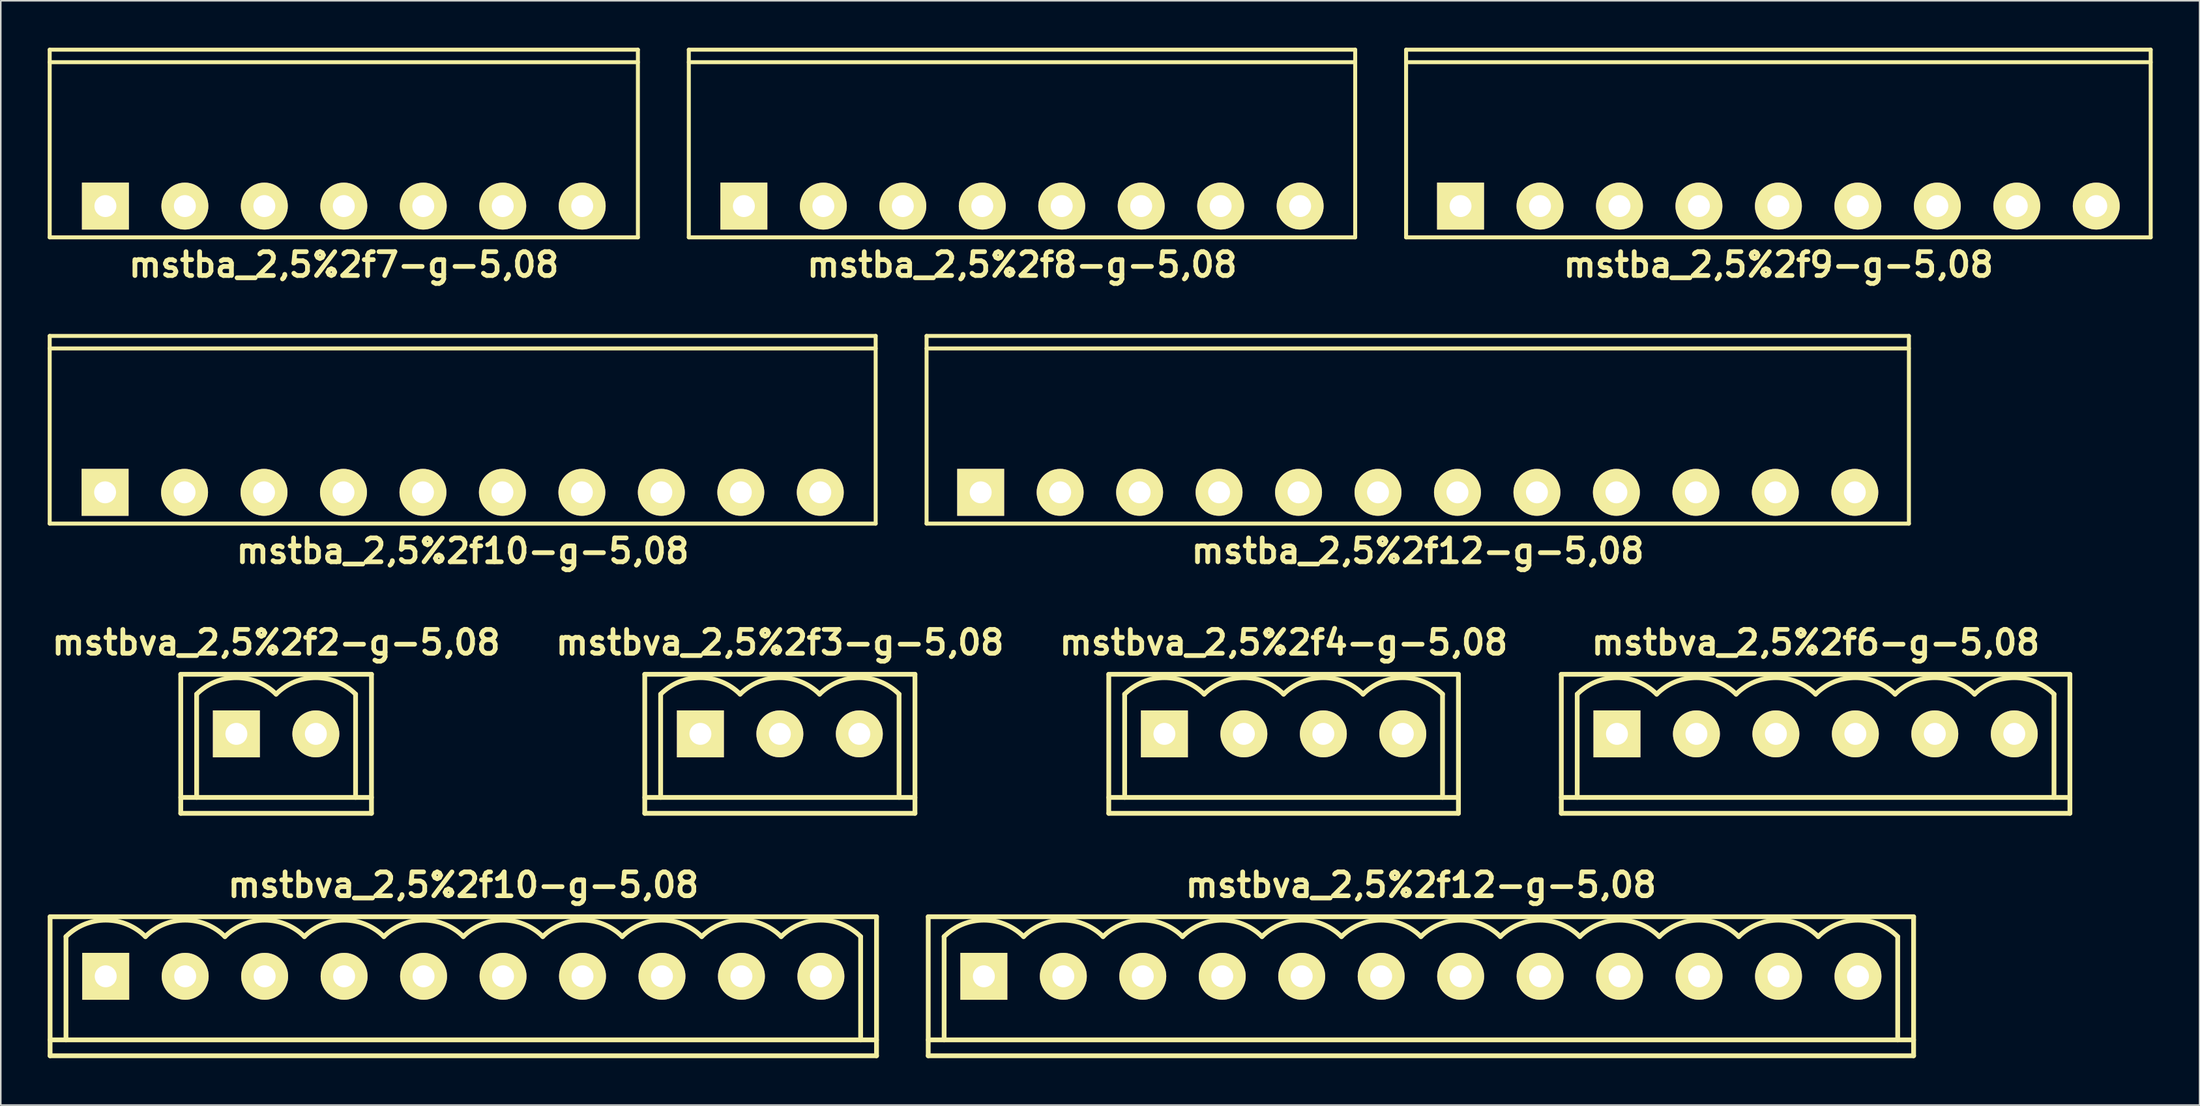
<source format=kicad_pcb>
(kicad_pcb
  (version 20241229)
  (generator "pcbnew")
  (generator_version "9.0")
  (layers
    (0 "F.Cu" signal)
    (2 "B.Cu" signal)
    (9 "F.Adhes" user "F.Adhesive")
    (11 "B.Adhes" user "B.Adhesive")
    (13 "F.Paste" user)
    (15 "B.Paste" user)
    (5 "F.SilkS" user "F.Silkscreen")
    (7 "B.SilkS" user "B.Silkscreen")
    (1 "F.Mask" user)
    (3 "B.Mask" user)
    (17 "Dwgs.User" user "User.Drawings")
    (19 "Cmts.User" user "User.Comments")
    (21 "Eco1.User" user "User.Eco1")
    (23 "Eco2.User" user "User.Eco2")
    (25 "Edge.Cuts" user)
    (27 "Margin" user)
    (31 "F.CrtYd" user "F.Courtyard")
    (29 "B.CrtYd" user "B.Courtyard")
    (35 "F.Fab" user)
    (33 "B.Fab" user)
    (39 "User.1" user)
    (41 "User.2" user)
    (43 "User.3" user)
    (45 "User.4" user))
  (footprint "mstba_2,5%2f12-g-5,08"
    (layer "F.Cu")
    (at 87.582 28.429)
    (property "Reference" "mstba_2,5%2f12-g-5,08" (at 0 3.749 0) (layer "F.SilkS") (effects (font (size 1.524 1.524) (thickness 0.305))))
    (attr through_hole)
    (fp_line (start -31.399 -10) (end -31.399 1.999) (stroke (width 0.254) (type solid)) (layer "F.SilkS"))
    (fp_line (start -31.399 -9.2) (end 31.399 -9.2) (stroke (width 0.254) (type solid)) (layer "F.SilkS"))
    (fp_line (start -31.399 1.999) (end 31.399 1.999) (stroke (width 0.254) (type solid)) (layer "F.SilkS"))
    (fp_line (start 31.399 -10) (end -31.399 -10) (stroke (width 0.254) (type solid)) (layer "F.SilkS"))
    (fp_line (start 31.399 1.999) (end 31.399 -10) (stroke (width 0.254) (type solid)) (layer "F.SilkS"))
    (pad "1" thru_hole rect (at -27.94 0) (size 3 3) (drill 1.4) (layers "*.Cu" "*.Mask" "F.SilkS"))
    (pad "2" thru_hole circle (at -22.86 0) (size 3 3) (drill 1.4) (layers "*.Cu" "*.Mask" "F.SilkS"))
    (pad "3" thru_hole circle (at -17.78 0) (size 3 3) (drill 1.4) (layers "*.Cu" "*.Mask" "F.SilkS"))
    (pad "4" thru_hole circle (at -12.7 0) (size 3 3) (drill 1.4) (layers "*.Cu" "*.Mask" "F.SilkS"))
    (pad "5" thru_hole circle (at -7.62 0) (size 3 3) (drill 1.4) (layers "*.Cu" "*.Mask" "F.SilkS"))
    (pad "6" thru_hole circle (at -2.54 0) (size 3 3) (drill 1.4) (layers "*.Cu" "*.Mask" "F.SilkS"))
    (pad "7" thru_hole circle (at 2.54 0) (size 3 3) (drill 1.4) (layers "*.Cu" "*.Mask" "F.SilkS"))
    (pad "8" thru_hole circle (at 7.62 0) (size 3 3) (drill 1.4) (layers "*.Cu" "*.Mask" "F.SilkS"))
    (pad "9" thru_hole circle (at 12.7 0) (size 3 3) (drill 1.4) (layers "*.Cu" "*.Mask" "F.SilkS"))
    (pad "10" thru_hole circle (at 17.78 0) (size 3 3) (drill 1.4) (layers "*.Cu" "*.Mask" "F.SilkS"))
    (pad "11" thru_hole circle (at 22.86 0) (size 3 3) (drill 1.4) (layers "*.Cu" "*.Mask" "F.SilkS"))
    (pad "12" thru_hole circle (at 27.94 0) (size 3 3) (drill 1.4) (layers "*.Cu" "*.Mask" "F.SilkS")))
  (footprint "mstba_2,5%2f10-g-5,08"
    (layer "F.Cu")
    (at 26.528 28.429)
    (property "Reference" "mstba_2,5%2f10-g-5,08" (at 0 3.749 0) (layer "F.SilkS") (effects (font (size 1.524 1.524) (thickness 0.305))))
    (attr through_hole)
    (fp_line (start -26.401 -10) (end -26.401 1.999) (stroke (width 0.254) (type solid)) (layer "F.SilkS"))
    (fp_line (start -26.401 -9.2) (end 26.401 -9.2) (stroke (width 0.254) (type solid)) (layer "F.SilkS"))
    (fp_line (start -26.401 1.999) (end 26.401 1.999) (stroke (width 0.254) (type solid)) (layer "F.SilkS"))
    (fp_line (start 26.401 -10) (end -26.401 -10) (stroke (width 0.254) (type solid)) (layer "F.SilkS"))
    (fp_line (start 26.401 1.999) (end 26.401 -10) (stroke (width 0.254) (type solid)) (layer "F.SilkS"))
    (pad "1" thru_hole rect (at -22.86 0) (size 3 3) (drill 1.4) (layers "*.Cu" "*.Mask" "F.SilkS"))
    (pad "2" thru_hole circle (at -17.78 0) (size 3 3) (drill 1.4) (layers "*.Cu" "*.Mask" "F.SilkS"))
    (pad "3" thru_hole circle (at -12.7 0) (size 3 3) (drill 1.4) (layers "*.Cu" "*.Mask" "F.SilkS"))
    (pad "4" thru_hole circle (at -7.62 0) (size 3 3) (drill 1.4) (layers "*.Cu" "*.Mask" "F.SilkS"))
    (pad "5" thru_hole circle (at -2.54 0) (size 3 3) (drill 1.4) (layers "*.Cu" "*.Mask" "F.SilkS"))
    (pad "6" thru_hole circle (at 2.54 0) (size 3 3) (drill 1.4) (layers "*.Cu" "*.Mask" "F.SilkS"))
    (pad "7" thru_hole circle (at 7.62 0) (size 3 3) (drill 1.4) (layers "*.Cu" "*.Mask" "F.SilkS"))
    (pad "8" thru_hole circle (at 12.7 0) (size 3 3) (drill 1.4) (layers "*.Cu" "*.Mask" "F.SilkS"))
    (pad "9" thru_hole circle (at 17.78 0) (size 3 3) (drill 1.4) (layers "*.Cu" "*.Mask" "F.SilkS"))
    (pad "10" thru_hole circle (at 22.86 0) (size 3 3) (drill 1.4) (layers "*.Cu" "*.Mask" "F.SilkS")))
  (footprint "mstba_2,5%2f9-g-5,08"
    (layer "F.Cu")
    (at 110.638 10.127)
    (property "Reference" "mstba_2,5%2f9-g-5,08" (at 0 3.749 0) (layer "F.SilkS") (effects (font (size 1.524 1.524) (thickness 0.305))))
    (attr through_hole)
    (fp_line (start -23.8 -10) (end -23.8 1.999) (stroke (width 0.254) (type solid)) (layer "F.SilkS"))
    (fp_line (start -23.8 -9.2) (end 23.8 -9.2) (stroke (width 0.254) (type solid)) (layer "F.SilkS"))
    (fp_line (start -23.8 1.999) (end 23.8 1.999) (stroke (width 0.254) (type solid)) (layer "F.SilkS"))
    (fp_line (start 23.8 -10) (end -23.8 -10) (stroke (width 0.254) (type solid)) (layer "F.SilkS"))
    (fp_line (start 23.8 1.999) (end 23.8 -10) (stroke (width 0.254) (type solid)) (layer "F.SilkS"))
    (pad "1" thru_hole rect (at -20.32 0) (size 3 3) (drill 1.4) (layers "*.Cu" "*.Mask" "F.SilkS"))
    (pad "2" thru_hole circle (at -15.24 0) (size 3 3) (drill 1.4) (layers "*.Cu" "*.Mask" "F.SilkS"))
    (pad "3" thru_hole circle (at -10.16 0) (size 3 3) (drill 1.4) (layers "*.Cu" "*.Mask" "F.SilkS"))
    (pad "4" thru_hole circle (at -5.08 0) (size 3 3) (drill 1.4) (layers "*.Cu" "*.Mask" "F.SilkS"))
    (pad "5" thru_hole circle (at 0 0) (size 3 3) (drill 1.4) (layers "*.Cu" "*.Mask" "F.SilkS"))
    (pad "6" thru_hole circle (at 5.08 0) (size 3 3) (drill 1.4) (layers "*.Cu" "*.Mask" "F.SilkS"))
    (pad "7" thru_hole circle (at 10.16 0) (size 3 3) (drill 1.4) (layers "*.Cu" "*.Mask" "F.SilkS"))
    (pad "8" thru_hole circle (at 15.24 0) (size 3 3) (drill 1.4) (layers "*.Cu" "*.Mask" "F.SilkS"))
    (pad "9" thru_hole circle (at 20.32 0) (size 3 3) (drill 1.4) (layers "*.Cu" "*.Mask" "F.SilkS")))
  (footprint "mstbva_2,5%2f12-g-5,08"
    (layer "F.Cu")
    (at 87.785 59.374)
    (property "Reference" "mstbva_2,5%2f12-g-5,08" (at 0 -5.842 0) (layer "F.SilkS") (effects (font (size 1.524 1.524) (thickness 0.305))))
    (attr through_hole)
    (fp_line (start -31.496 -3.81) (end -31.496 5.08) (stroke (width 0.305) (type solid)) (layer "F.SilkS"))
    (fp_line (start -31.496 4.064) (end 31.496 4.064) (stroke (width 0.305) (type solid)) (layer "F.SilkS"))
    (fp_line (start -30.48 -2.54) (end -30.48 4.064) (stroke (width 0.305) (type solid)) (layer "F.SilkS"))
    (fp_line (start 30.48 -2.54) (end 30.48 4.064) (stroke (width 0.305) (type solid)) (layer "F.SilkS"))
    (fp_line (start 31.496 -3.81) (end -31.496 -3.81) (stroke (width 0.305) (type solid)) (layer "F.SilkS"))
    (fp_line (start 31.496 5.08) (end -31.496 5.08) (stroke (width 0.305) (type solid)) (layer "F.SilkS"))
    (fp_line (start 31.496 5.08) (end 31.496 -3.81) (stroke (width 0.305) (type solid)) (layer "F.SilkS"))
    (fp_arc (start -30.48 -2.54) (mid -27.94 -3.592102) (end -25.4 -2.54) (stroke (width 0.3048) (type solid)) (layer "F.SilkS"))
    (fp_arc (start -25.4 -2.54) (mid -22.86 -3.592102) (end -20.32 -2.54) (stroke (width 0.3048) (type solid)) (layer "F.SilkS"))
    (fp_arc (start -20.32 -2.54) (mid -17.78 -3.592102) (end -15.24 -2.54) (stroke (width 0.3048) (type solid)) (layer "F.SilkS"))
    (fp_arc (start -15.24 -2.54) (mid -12.7 -3.592102) (end -10.16 -2.54) (stroke (width 0.3048) (type solid)) (layer "F.SilkS"))
    (fp_arc (start -10.16 -2.54) (mid -7.62 -3.592102) (end -5.08 -2.54) (stroke (width 0.3048) (type solid)) (layer "F.SilkS"))
    (fp_arc (start -5.08 -2.54) (mid -2.54 -3.592102) (end 0 -2.54) (stroke (width 0.3048) (type solid)) (layer "F.SilkS"))
    (fp_arc (start 0 -2.54) (mid 2.54 -3.592102) (end 5.08 -2.54) (stroke (width 0.3048) (type solid)) (layer "F.SilkS"))
    (fp_arc (start 5.08 -2.54) (mid 7.62 -3.592102) (end 10.16 -2.54) (stroke (width 0.3048) (type solid)) (layer "F.SilkS"))
    (fp_arc (start 10.16 -2.54) (mid 12.7 -3.592102) (end 15.24 -2.54) (stroke (width 0.3048) (type solid)) (layer "F.SilkS"))
    (fp_arc (start 15.24 -2.54) (mid 17.78 -3.592102) (end 20.32 -2.54) (stroke (width 0.3048) (type solid)) (layer "F.SilkS"))
    (fp_arc (start 20.32 -2.54) (mid 22.86 -3.592102) (end 25.4 -2.54) (stroke (width 0.3048) (type solid)) (layer "F.SilkS"))
    (fp_arc (start 25.4 -2.54) (mid 27.94 -3.592102) (end 30.48 -2.54) (stroke (width 0.3048) (type solid)) (layer "F.SilkS"))
    (pad "1" thru_hole rect (at -27.94 0) (size 3 3) (drill 1.4) (layers "*.Cu" "*.Mask" "F.SilkS"))
    (pad "2" thru_hole circle (at -22.86 0) (size 3 3) (drill 1.4) (layers "*.Cu" "*.Mask" "F.SilkS"))
    (pad "3" thru_hole circle (at -17.78 0) (size 3 3) (drill 1.4) (layers "*.Cu" "*.Mask" "F.SilkS"))
    (pad "4" thru_hole circle (at -12.7 0) (size 3 3) (drill 1.4) (layers "*.Cu" "*.Mask" "F.SilkS"))
    (pad "5" thru_hole circle (at -7.62 0) (size 3 3) (drill 1.4) (layers "*.Cu" "*.Mask" "F.SilkS"))
    (pad "6" thru_hole circle (at -2.54 0) (size 3 3) (drill 1.4) (layers "*.Cu" "*.Mask" "F.SilkS"))
    (pad "7" thru_hole circle (at 2.54 0) (size 3 3) (drill 1.4) (layers "*.Cu" "*.Mask" "F.SilkS"))
    (pad "8" thru_hole circle (at 7.62 0) (size 3 3) (drill 1.4) (layers "*.Cu" "*.Mask" "F.SilkS"))
    (pad "9" thru_hole circle (at 12.7 0) (size 3 3) (drill 1.4) (layers "*.Cu" "*.Mask" "F.SilkS"))
    (pad "10" thru_hole circle (at 17.78 0) (size 3 3) (drill 1.4) (layers "*.Cu" "*.Mask" "F.SilkS"))
    (pad "11" thru_hole circle (at 22.86 0) (size 3 3) (drill 1.4) (layers "*.Cu" "*.Mask" "F.SilkS"))
    (pad "12" thru_hole circle (at 27.94 0) (size 3 3) (drill 1.4) (layers "*.Cu" "*.Mask" "F.SilkS")))
  (footprint "mstbva_2,5%2f4-g-5,08"
    (layer "F.Cu")
    (at 79.007 43.873)
    (property "Reference" "mstbva_2,5%2f4-g-5,08" (at 0 -5.842 0) (layer "F.SilkS") (effects (font (size 1.524 1.524) (thickness 0.305))))
    (attr through_hole)
    (fp_line (start -11.176 -3.81) (end -11.176 5.08) (stroke (width 0.305) (type solid)) (layer "F.SilkS"))
    (fp_line (start -11.176 4.064) (end 11.176 4.064) (stroke (width 0.305) (type solid)) (layer "F.SilkS"))
    (fp_line (start -10.16 -2.54) (end -10.16 4.064) (stroke (width 0.305) (type solid)) (layer "F.SilkS"))
    (fp_line (start 10.16 -2.54) (end 10.16 4.064) (stroke (width 0.305) (type solid)) (layer "F.SilkS"))
    (fp_line (start 11.176 -3.81) (end -11.176 -3.81) (stroke (width 0.305) (type solid)) (layer "F.SilkS"))
    (fp_line (start 11.176 5.08) (end -11.176 5.08) (stroke (width 0.305) (type solid)) (layer "F.SilkS"))
    (fp_line (start 11.176 5.08) (end 11.176 -3.81) (stroke (width 0.305) (type solid)) (layer "F.SilkS"))
    (fp_arc (start -10.16 -2.54) (mid -7.62 -3.592102) (end -5.08 -2.54) (stroke (width 0.3048) (type solid)) (layer "F.SilkS"))
    (fp_arc (start -5.08 -2.54) (mid -2.54 -3.592102) (end 0 -2.54) (stroke (width 0.3048) (type solid)) (layer "F.SilkS"))
    (fp_arc (start 0 -2.54) (mid 2.54 -3.592102) (end 5.08 -2.54) (stroke (width 0.3048) (type solid)) (layer "F.SilkS"))
    (fp_arc (start 5.08 -2.54) (mid 7.62 -3.592102) (end 10.16 -2.54) (stroke (width 0.3048) (type solid)) (layer "F.SilkS"))
    (pad "1" thru_hole rect (at -7.62 0) (size 3 3) (drill 1.4) (layers "*.Cu" "*.Mask" "F.SilkS"))
    (pad "2" thru_hole circle (at -2.54 0) (size 3 3) (drill 1.4) (layers "*.Cu" "*.Mask" "F.SilkS"))
    (pad "3" thru_hole circle (at 2.54 0) (size 3 3) (drill 1.4) (layers "*.Cu" "*.Mask" "F.SilkS"))
    (pad "4" thru_hole circle (at 7.62 0) (size 3 3) (drill 1.4) (layers "*.Cu" "*.Mask" "F.SilkS")))
  (footprint "mstbva_2,5%2f2-g-5,08"
    (layer "F.Cu")
    (at 14.601 43.873)
    (property "Reference" "mstbva_2,5%2f2-g-5,08" (at 0 -5.842 0) (layer "F.SilkS") (effects (font (size 1.524 1.524) (thickness 0.305))))
    (attr through_hole)
    (fp_line (start -6.096 -3.81) (end -6.096 5.08) (stroke (width 0.305) (type solid)) (layer "F.SilkS"))
    (fp_line (start -6.096 -3.81) (end 6.096 -3.81) (stroke (width 0.305) (type solid)) (layer "F.SilkS"))
    (fp_line (start -6.096 5.08) (end 6.096 5.08) (stroke (width 0.305) (type solid)) (layer "F.SilkS"))
    (fp_line (start -5.08 -2.54) (end -5.08 4.064) (stroke (width 0.305) (type solid)) (layer "F.SilkS"))
    (fp_line (start 5.08 -2.54) (end 5.08 4.064) (stroke (width 0.305) (type solid)) (layer "F.SilkS"))
    (fp_line (start 6.096 4.064) (end -6.096 4.064) (stroke (width 0.305) (type solid)) (layer "F.SilkS"))
    (fp_line (start 6.096 5.08) (end 6.096 -3.81) (stroke (width 0.305) (type solid)) (layer "F.SilkS"))
    (fp_arc (start -5.08 -2.54) (mid -2.54 -3.592102) (end 0 -2.54) (stroke (width 0.3048) (type solid)) (layer "F.SilkS"))
    (fp_arc (start 0 -2.54) (mid 2.54 -3.592102) (end 5.08 -2.54) (stroke (width 0.3048) (type solid)) (layer "F.SilkS"))
    (pad "1" thru_hole rect (at -2.54 0) (size 3 3) (drill 1.4) (layers "*.Cu" "*.Mask" "F.SilkS"))
    (pad "2" thru_hole circle (at 2.54 0) (size 3 3) (drill 1.4) (layers "*.Cu" "*.Mask" "F.SilkS")))
  (footprint "mstbva_2,5%2f10-g-5,08"
    (layer "F.Cu")
    (at 26.568 59.374)
    (property "Reference" "mstbva_2,5%2f10-g-5,08" (at 0 -5.842 0) (layer "F.SilkS") (effects (font (size 1.524 1.524) (thickness 0.305))))
    (attr through_hole)
    (fp_line (start -26.416 -3.81) (end -26.416 5.08) (stroke (width 0.305) (type solid)) (layer "F.SilkS"))
    (fp_line (start -26.416 4.064) (end 26.416 4.064) (stroke (width 0.305) (type solid)) (layer "F.SilkS"))
    (fp_line (start -25.4 -2.54) (end -25.4 4.064) (stroke (width 0.305) (type solid)) (layer "F.SilkS"))
    (fp_line (start 25.4 -2.54) (end 25.4 4.064) (stroke (width 0.305) (type solid)) (layer "F.SilkS"))
    (fp_line (start 26.416 -3.81) (end -26.416 -3.81) (stroke (width 0.305) (type solid)) (layer "F.SilkS"))
    (fp_line (start 26.416 5.08) (end -26.416 5.08) (stroke (width 0.305) (type solid)) (layer "F.SilkS"))
    (fp_line (start 26.416 5.08) (end 26.416 -3.81) (stroke (width 0.305) (type solid)) (layer "F.SilkS"))
    (fp_arc (start -25.4 -2.54) (mid -22.86 -3.592102) (end -20.32 -2.54) (stroke (width 0.3048) (type solid)) (layer "F.SilkS"))
    (fp_arc (start -20.32 -2.54) (mid -17.78 -3.592102) (end -15.24 -2.54) (stroke (width 0.3048) (type solid)) (layer "F.SilkS"))
    (fp_arc (start -15.24 -2.54) (mid -12.7 -3.592102) (end -10.16 -2.54) (stroke (width 0.3048) (type solid)) (layer "F.SilkS"))
    (fp_arc (start -10.16 -2.54) (mid -7.62 -3.592102) (end -5.08 -2.54) (stroke (width 0.3048) (type solid)) (layer "F.SilkS"))
    (fp_arc (start -5.08 -2.54) (mid -2.54 -3.592102) (end 0 -2.54) (stroke (width 0.3048) (type solid)) (layer "F.SilkS"))
    (fp_arc (start 0 -2.54) (mid 2.54 -3.592102) (end 5.08 -2.54) (stroke (width 0.3048) (type solid)) (layer "F.SilkS"))
    (fp_arc (start 5.08 -2.54) (mid 7.62 -3.592102) (end 10.16 -2.54) (stroke (width 0.3048) (type solid)) (layer "F.SilkS"))
    (fp_arc (start 10.16 -2.54) (mid 12.7 -3.592102) (end 15.24 -2.54) (stroke (width 0.3048) (type solid)) (layer "F.SilkS"))
    (fp_arc (start 15.24 -2.54) (mid 17.78 -3.592102) (end 20.32 -2.54) (stroke (width 0.3048) (type solid)) (layer "F.SilkS"))
    (fp_arc (start 20.32 -2.54) (mid 22.86 -3.592102) (end 25.4 -2.54) (stroke (width 0.3048) (type solid)) (layer "F.SilkS"))
    (pad "1" thru_hole rect (at -22.86 0) (size 3 3) (drill 1.4) (layers "*.Cu" "*.Mask" "F.SilkS"))
    (pad "2" thru_hole circle (at -17.78 0) (size 3 3) (drill 1.4) (layers "*.Cu" "*.Mask" "F.SilkS"))
    (pad "3" thru_hole circle (at -12.7 0) (size 3 3) (drill 1.4) (layers "*.Cu" "*.Mask" "F.SilkS"))
    (pad "4" thru_hole circle (at -7.62 0) (size 3 3) (drill 1.4) (layers "*.Cu" "*.Mask" "F.SilkS"))
    (pad "5" thru_hole circle (at -2.54 0) (size 3 3) (drill 1.4) (layers "*.Cu" "*.Mask" "F.SilkS"))
    (pad "6" thru_hole circle (at 2.54 0) (size 3 3) (drill 1.4) (layers "*.Cu" "*.Mask" "F.SilkS"))
    (pad "7" thru_hole circle (at 7.62 0) (size 3 3) (drill 1.4) (layers "*.Cu" "*.Mask" "F.SilkS"))
    (pad "8" thru_hole circle (at 12.7 0) (size 3 3) (drill 1.4) (layers "*.Cu" "*.Mask" "F.SilkS"))
    (pad "9" thru_hole circle (at 17.78 0) (size 3 3) (drill 1.4) (layers "*.Cu" "*.Mask" "F.SilkS"))
    (pad "10" thru_hole circle (at 22.86 0) (size 3 3) (drill 1.4) (layers "*.Cu" "*.Mask" "F.SilkS")))
  (footprint "mstba_2,5%2f7-g-5,08"
    (layer "F.Cu")
    (at 18.928 10.127)
    (property "Reference" "mstba_2,5%2f7-g-5,08" (at 0 3.749 0) (layer "F.SilkS") (effects (font (size 1.524 1.524) (thickness 0.305))))
    (attr through_hole)
    (fp_line (start -18.801 -10) (end -18.801 1.999) (stroke (width 0.254) (type solid)) (layer "F.SilkS"))
    (fp_line (start -18.801 -10) (end 18.801 -10) (stroke (width 0.254) (type solid)) (layer "F.SilkS"))
    (fp_line (start -18.801 1.999) (end 18.801 1.999) (stroke (width 0.254) (type solid)) (layer "F.SilkS"))
    (fp_line (start 18.801 -9.2) (end -18.801 -9.2) (stroke (width 0.254) (type solid)) (layer "F.SilkS"))
    (fp_line (start 18.801 1.999) (end 18.801 -10) (stroke (width 0.254) (type solid)) (layer "F.SilkS"))
    (pad "1" thru_hole rect (at -15.24 0) (size 3 3) (drill 1.4) (layers "*.Cu" "*.Mask" "F.SilkS"))
    (pad "2" thru_hole circle (at -10.16 0) (size 3 3) (drill 1.4) (layers "*.Cu" "*.Mask" "F.SilkS"))
    (pad "3" thru_hole circle (at -5.08 0) (size 3 3) (drill 1.4) (layers "*.Cu" "*.Mask" "F.SilkS"))
    (pad "4" thru_hole circle (at 0 0) (size 3 3) (drill 1.4) (layers "*.Cu" "*.Mask" "F.SilkS"))
    (pad "5" thru_hole circle (at 5.08 0) (size 3 3) (drill 1.4) (layers "*.Cu" "*.Mask" "F.SilkS"))
    (pad "6" thru_hole circle (at 10.16 0) (size 3 3) (drill 1.4) (layers "*.Cu" "*.Mask" "F.SilkS"))
    (pad "7" thru_hole circle (at 15.24 0) (size 3 3) (drill 1.4) (layers "*.Cu" "*.Mask" "F.SilkS")))
  (footprint "mstba_2,5%2f8-g-5,08"
    (layer "F.Cu")
    (at 62.284 10.127)
    (property "Reference" "mstba_2,5%2f8-g-5,08" (at 0 3.749 0) (layer "F.SilkS") (effects (font (size 1.524 1.524) (thickness 0.305))))
    (attr through_hole)
    (fp_line (start -21.3 -10) (end -21.3 1.999) (stroke (width 0.254) (type solid)) (layer "F.SilkS"))
    (fp_line (start -21.3 -9.2) (end 21.3 -9.2) (stroke (width 0.254) (type solid)) (layer "F.SilkS"))
    (fp_line (start -21.3 1.999) (end 21.3 1.999) (stroke (width 0.254) (type solid)) (layer "F.SilkS"))
    (fp_line (start 21.3 -10) (end -21.3 -10) (stroke (width 0.254) (type solid)) (layer "F.SilkS"))
    (fp_line (start 21.3 1.999) (end 21.3 -10) (stroke (width 0.254) (type solid)) (layer "F.SilkS"))
    (pad "1" thru_hole rect (at -17.78 0) (size 3 3) (drill 1.4) (layers "*.Cu" "*.Mask" "F.SilkS"))
    (pad "2" thru_hole circle (at -12.7 0) (size 3 3) (drill 1.4) (layers "*.Cu" "*.Mask" "F.SilkS"))
    (pad "3" thru_hole circle (at -7.62 0) (size 3 3) (drill 1.4) (layers "*.Cu" "*.Mask" "F.SilkS"))
    (pad "4" thru_hole circle (at -2.54 0) (size 3 3) (drill 1.4) (layers "*.Cu" "*.Mask" "F.SilkS"))
    (pad "5" thru_hole circle (at 2.54 0) (size 3 3) (drill 1.4) (layers "*.Cu" "*.Mask" "F.SilkS"))
    (pad "6" thru_hole circle (at 7.62 0) (size 3 3) (drill 1.4) (layers "*.Cu" "*.Mask" "F.SilkS"))
    (pad "7" thru_hole circle (at 12.7 0) (size 3 3) (drill 1.4) (layers "*.Cu" "*.Mask" "F.SilkS"))
    (pad "8" thru_hole circle (at 17.78 0) (size 3 3) (drill 1.4) (layers "*.Cu" "*.Mask" "F.SilkS")))
  (footprint "mstbva_2,5%2f6-g-5,08"
    (layer "F.Cu")
    (at 113.017 43.873)
    (property "Reference" "mstbva_2,5%2f6-g-5,08" (at 0 -5.842 0) (layer "F.SilkS") (effects (font (size 1.524 1.524) (thickness 0.305))))
    (attr through_hole)
    (fp_line (start -16.256 -3.81) (end -16.256 5.08) (stroke (width 0.305) (type solid)) (layer "F.SilkS"))
    (fp_line (start -16.256 4.064) (end 16.256 4.064) (stroke (width 0.305) (type solid)) (layer "F.SilkS"))
    (fp_line (start -15.24 -2.54) (end -15.24 4.064) (stroke (width 0.305) (type solid)) (layer "F.SilkS"))
    (fp_line (start 15.24 -2.54) (end 15.24 4.064) (stroke (width 0.305) (type solid)) (layer "F.SilkS"))
    (fp_line (start 16.256 -3.81) (end -16.256 -3.81) (stroke (width 0.305) (type solid)) (layer "F.SilkS"))
    (fp_line (start 16.256 5.08) (end -16.256 5.08) (stroke (width 0.305) (type solid)) (layer "F.SilkS"))
    (fp_line (start 16.256 5.08) (end 16.256 -3.81) (stroke (width 0.305) (type solid)) (layer "F.SilkS"))
    (fp_arc (start -15.24 -2.54) (mid -12.7 -3.592102) (end -10.16 -2.54) (stroke (width 0.3048) (type solid)) (layer "F.SilkS"))
    (fp_arc (start -10.16 -2.54) (mid -7.62 -3.592102) (end -5.08 -2.54) (stroke (width 0.3048) (type solid)) (layer "F.SilkS"))
    (fp_arc (start -5.08 -2.54) (mid -2.54 -3.592102) (end 0 -2.54) (stroke (width 0.3048) (type solid)) (layer "F.SilkS"))
    (fp_arc (start 0 -2.54) (mid 2.54 -3.592102) (end 5.08 -2.54) (stroke (width 0.3048) (type solid)) (layer "F.SilkS"))
    (fp_arc (start 5.08 -2.54) (mid 7.62 -3.592102) (end 10.16 -2.54) (stroke (width 0.3048) (type solid)) (layer "F.SilkS"))
    (fp_arc (start 10.16 -2.54) (mid 12.7 -3.592102) (end 15.24 -2.54) (stroke (width 0.3048) (type solid)) (layer "F.SilkS"))
    (pad "1" thru_hole rect (at -12.7 0) (size 3 3) (drill 1.4) (layers "*.Cu" "*.Mask" "F.SilkS"))
    (pad "2" thru_hole circle (at -7.62 0) (size 3 3) (drill 1.4) (layers "*.Cu" "*.Mask" "F.SilkS"))
    (pad "3" thru_hole circle (at -2.54 0) (size 3 3) (drill 1.4) (layers "*.Cu" "*.Mask" "F.SilkS"))
    (pad "4" thru_hole circle (at 2.54 0) (size 3 3) (drill 1.4) (layers "*.Cu" "*.Mask" "F.SilkS"))
    (pad "5" thru_hole circle (at 7.62 0) (size 3 3) (drill 1.4) (layers "*.Cu" "*.Mask" "F.SilkS"))
    (pad "6" thru_hole circle (at 12.7 0) (size 3 3) (drill 1.4) (layers "*.Cu" "*.Mask" "F.SilkS")))
  (footprint "mstbva_2,5%2f3-g-5,08"
    (layer "F.Cu")
    (at 46.804 43.873)
    (property "Reference" "mstbva_2,5%2f3-g-5,08" (at 0 -5.842 0) (layer "F.SilkS") (effects (font (size 1.524 1.524) (thickness 0.305))))
    (attr through_hole)
    (fp_line (start -8.636 -3.81) (end -8.636 5.08) (stroke (width 0.305) (type solid)) (layer "F.SilkS"))
    (fp_line (start -8.636 4.064) (end 8.636 4.064) (stroke (width 0.305) (type solid)) (layer "F.SilkS"))
    (fp_line (start -7.62 -2.54) (end -7.62 4.064) (stroke (width 0.305) (type solid)) (layer "F.SilkS"))
    (fp_line (start 7.62 -2.54) (end 7.62 4.064) (stroke (width 0.305) (type solid)) (layer "F.SilkS"))
    (fp_line (start 8.636 -3.81) (end -8.636 -3.81) (stroke (width 0.305) (type solid)) (layer "F.SilkS"))
    (fp_line (start 8.636 5.08) (end -8.636 5.08) (stroke (width 0.305) (type solid)) (layer "F.SilkS"))
    (fp_line (start 8.636 5.08) (end 8.636 -3.81) (stroke (width 0.305) (type solid)) (layer "F.SilkS"))
    (fp_arc (start -7.62 -2.54) (mid -5.08 -3.592102) (end -2.54 -2.54) (stroke (width 0.3048) (type solid)) (layer "F.SilkS"))
    (fp_arc (start -2.54 -2.54) (mid 0 -3.592102) (end 2.54 -2.54) (stroke (width 0.3048) (type solid)) (layer "F.SilkS"))
    (fp_arc (start 2.54 -2.54) (mid 5.08 -3.592102) (end 7.62 -2.54) (stroke (width 0.3048) (type solid)) (layer "F.SilkS"))
    (pad "1" thru_hole rect (at -5.08 0) (size 3 3) (drill 1.4) (layers "*.Cu" "*.Mask" "F.SilkS"))
    (pad "2" thru_hole circle (at 0 0) (size 3 3) (drill 1.4) (layers "*.Cu" "*.Mask" "F.SilkS"))
    (pad "3" thru_hole circle (at 5.08 0) (size 3 3) (drill 1.4) (layers "*.Cu" "*.Mask" "F.SilkS")))
  (gr_rect
    (start -3 -3)
    (end 137.565 67.607)
    (stroke (width 0.1) (type default))
    (fill no)
    (layer "Edge.Cuts")))
</source>
